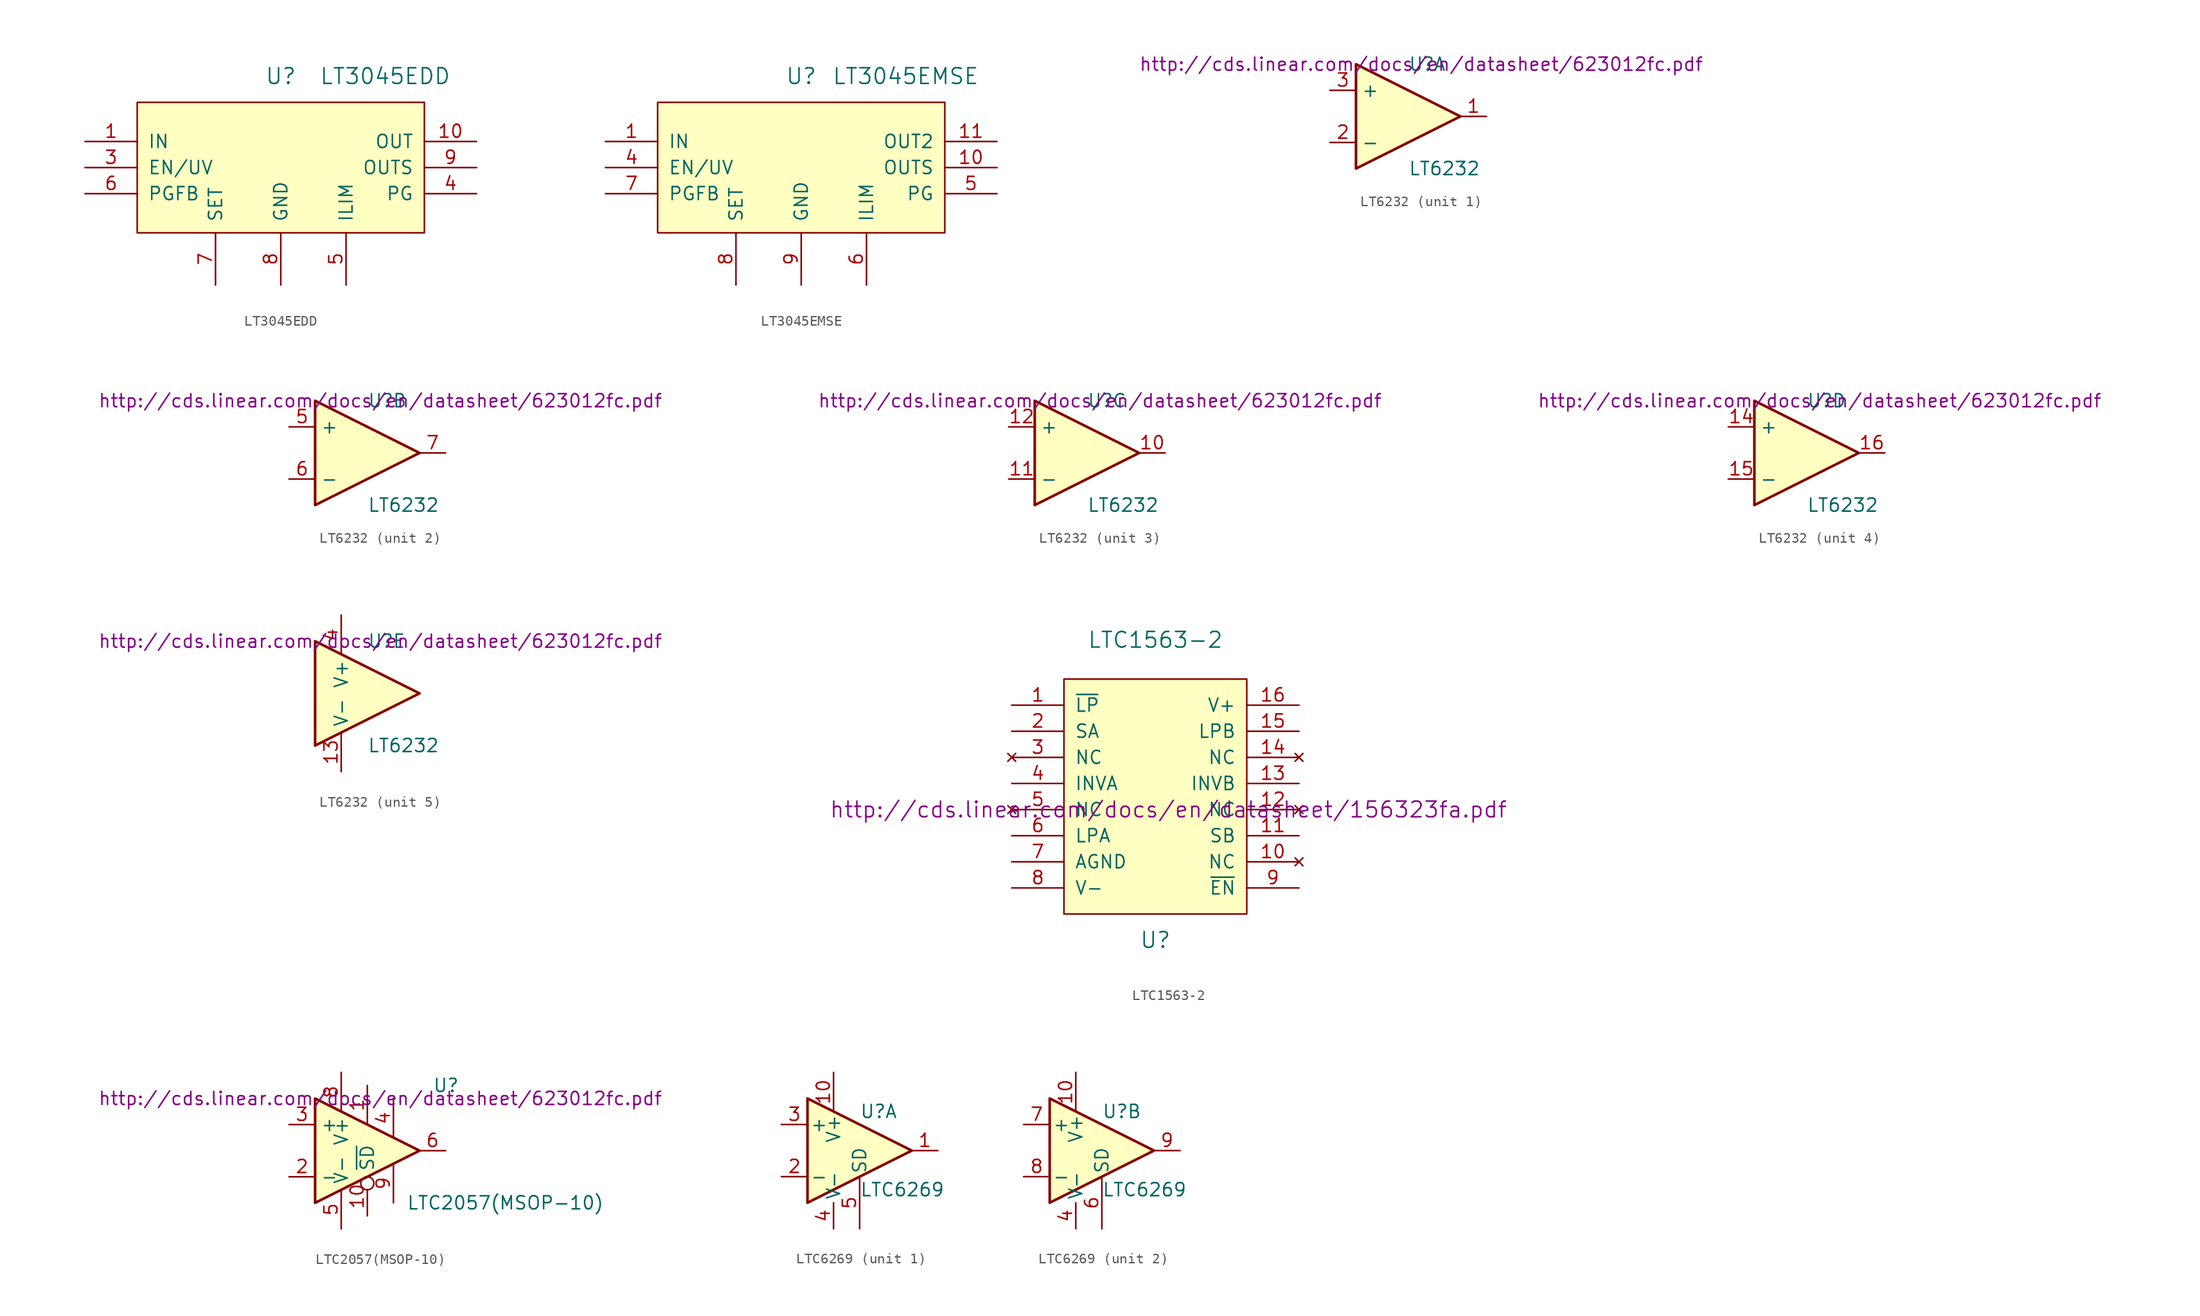
<source format=kicad_sym>
(kicad_symbol_lib
  (version 20220914)
  (generator kicad_symbol_editor)
  (symbol "LT3045EDD"
    (pin_names
      (offset 1.016))
    (property "Reference" "U"
      (at 0 8.89 0)
      (effects (font (size 1.524 1.524))))
    (property "Value" "LT3045EDD"
      (at 10.16 8.89 0)
      (effects (font (size 1.524 1.524))))
    (symbol "LT3045EDD_0_1"
      (rectangle (start -13.97 6.35) (end 13.97 -6.35) (stroke (width 0) (type solid)) (fill (type background))))
    (symbol "LT3045EDD_1_1"
      (pin power_in line (at -19.05 2.54 0) (length 5.08) (name "IN" (effects (font (size 1.27 1.27)))) (number "1" (effects (font (size 1.27 1.27)))))
      (pin power_out line (at 19.05 2.54 180) (length 5.08) (name "OUT" (effects (font (size 1.27 1.27)))) (number "10" (effects (font (size 1.27 1.27)))))
      (pin passive line (at 0 -11.43 90) (length 5.08) hide (name "PAD" (effects (font (size 1.27 1.27)))) (number "11" (effects (font (size 1.27 1.27)))))
      (pin power_in line (at -19.05 2.54 0) (length 5.08) hide (name "IN2" (effects (font (size 1.27 1.27)))) (number "2" (effects (font (size 1.27 1.27)))))
      (pin input line (at -19.05 0 0) (length 5.08) (name "EN/UV" (effects (font (size 1.27 1.27)))) (number "3" (effects (font (size 1.27 1.27)))))
      (pin output line (at 19.05 -2.54 180) (length 5.08) (name "PG" (effects (font (size 1.27 1.27)))) (number "4" (effects (font (size 1.27 1.27)))))
      (pin input line (at 6.35 -11.43 90) (length 5.08) (name "ILIM" (effects (font (size 1.27 1.27)))) (number "5" (effects (font (size 1.27 1.27)))))
      (pin input line (at -19.05 -2.54 0) (length 5.08) (name "PGFB" (effects (font (size 1.27 1.27)))) (number "6" (effects (font (size 1.27 1.27)))))
      (pin input line (at -6.35 -11.43 90) (length 5.08) (name "SET" (effects (font (size 1.27 1.27)))) (number "7" (effects (font (size 1.27 1.27)))))
      (pin power_in line (at 0 -11.43 90) (length 5.08) (name "GND" (effects (font (size 1.27 1.27)))) (number "8" (effects (font (size 1.27 1.27)))))
      (pin input line (at 19.05 0 180) (length 5.08) (name "OUTS" (effects (font (size 1.27 1.27)))) (number "9" (effects (font (size 1.27 1.27)))))))
  (symbol "LT3045EMSE"
    (pin_names
      (offset 1.016))
    (property "Reference" "U"
      (at 0 8.89 0)
      (effects (font (size 1.524 1.524))))
    (property "Value" "LT3045EMSE"
      (at 10.16 8.89 0)
      (effects (font (size 1.524 1.524))))
    (symbol "LT3045EMSE_0_1"
      (rectangle (start -13.97 6.35) (end 13.97 -6.35) (stroke (width 0) (type solid)) (fill (type background))))
    (symbol "LT3045EMSE_1_1"
      (pin power_in line (at -19.05 2.54 0) (length 5.08) (name "IN" (effects (font (size 1.27 1.27)))) (number "1" (effects (font (size 1.27 1.27)))))
      (pin input line (at 19.05 0 180) (length 5.08) (name "OUTS" (effects (font (size 1.27 1.27)))) (number "10" (effects (font (size 1.27 1.27)))))
      (pin power_out line (at 19.05 2.54 180) (length 5.08) (name "OUT2" (effects (font (size 1.27 1.27)))) (number "11" (effects (font (size 1.27 1.27)))))
      (pin passive line (at 19.05 2.54 180) (length 5.08) hide (name "OUT2" (effects (font (size 1.27 1.27)))) (number "12" (effects (font (size 1.27 1.27)))))
      (pin power_in line (at 0 -11.43 90) (length 5.08) hide (name "PAD" (effects (font (size 1.27 1.27)))) (number "13" (effects (font (size 1.27 1.27)))))
      (pin power_in line (at -19.05 2.54 0) (length 5.08) hide (name "IN2" (effects (font (size 1.27 1.27)))) (number "2" (effects (font (size 1.27 1.27)))))
      (pin power_in line (at -19.05 2.54 0) (length 5.08) hide (name "IN3" (effects (font (size 1.27 1.27)))) (number "3" (effects (font (size 1.27 1.27)))))
      (pin input line (at -19.05 0 0) (length 5.08) (name "EN/UV" (effects (font (size 1.27 1.27)))) (number "4" (effects (font (size 1.27 1.27)))))
      (pin output line (at 19.05 -2.54 180) (length 5.08) (name "PG" (effects (font (size 1.27 1.27)))) (number "5" (effects (font (size 1.27 1.27)))))
      (pin input line (at 6.35 -11.43 90) (length 5.08) (name "ILIM" (effects (font (size 1.27 1.27)))) (number "6" (effects (font (size 1.27 1.27)))))
      (pin input line (at -19.05 -2.54 0) (length 5.08) (name "PGFB" (effects (font (size 1.27 1.27)))) (number "7" (effects (font (size 1.27 1.27)))))
      (pin input line (at -6.35 -11.43 90) (length 5.08) (name "SET" (effects (font (size 1.27 1.27)))) (number "8" (effects (font (size 1.27 1.27)))))
      (pin power_in line (at 0 -11.43 90) (length 5.08) (name "GND" (effects (font (size 1.27 1.27)))) (number "9" (effects (font (size 1.27 1.27)))))))
  (symbol "LT6232"
    (property "Reference" "U"
      (at 0 5.08 0)
      (effects (font (size 1.27 1.27)) (justify left)))
    (property "Value" "LT6232"
      (at 0 -5.08 0)
      (effects (font (size 1.27 1.27)) (justify left)))
    (property "Footprint" ""
      (at -1.27 2.54 0)
      (effects (font (size 1.27 1.27))))
    (property "Datasheet" "http://cds.linear.com/docs/en/datasheet/623012fc.pdf"
      (at 1.27 5.08 0)
      (effects (font (size 1.27 1.27))))
    (property "ki_locked" ""
      (at 0 0 0)
      (effects (font (size 1.27 1.27))))
    (symbol "LT6232_0_1"
      (polyline (pts (xy -5.08 5.08) (xy 5.08 0) (xy -5.08 -5.08) (xy -5.08 5.08)) (stroke (width 0.254) (type solid)) (fill (type background))))
    (symbol "LT6232_1_1"
      (pin output line (at 7.62 0 180) (length 2.54) (name "~" (effects (font (size 1.27 1.27)))) (number "1" (effects (font (size 1.27 1.27)))))
      (pin input line (at -7.62 -2.54 0) (length 2.54) (name "-" (effects (font (size 1.27 1.27)))) (number "2" (effects (font (size 1.27 1.27)))))
      (pin input line (at -7.62 2.54 0) (length 2.54) (name "+" (effects (font (size 1.27 1.27)))) (number "3" (effects (font (size 1.27 1.27))))))
    (symbol "LT6232_2_1"
      (pin input line (at -7.62 2.54 0) (length 2.54) (name "+" (effects (font (size 1.27 1.27)))) (number "5" (effects (font (size 1.27 1.27)))))
      (pin input line (at -7.62 -2.54 0) (length 2.54) (name "-" (effects (font (size 1.27 1.27)))) (number "6" (effects (font (size 1.27 1.27)))))
      (pin output line (at 7.62 0 180) (length 2.54) (name "~" (effects (font (size 1.27 1.27)))) (number "7" (effects (font (size 1.27 1.27))))))
    (symbol "LT6232_3_1"
      (pin output line (at 7.62 0 180) (length 2.54) (name "~" (effects (font (size 1.27 1.27)))) (number "10" (effects (font (size 1.27 1.27)))))
      (pin input line (at -7.62 -2.54 0) (length 2.54) (name "-" (effects (font (size 1.27 1.27)))) (number "11" (effects (font (size 1.27 1.27)))))
      (pin input line (at -7.62 2.54 0) (length 2.54) (name "+" (effects (font (size 1.27 1.27)))) (number "12" (effects (font (size 1.27 1.27))))))
    (symbol "LT6232_4_1"
      (pin input line (at -7.62 2.54 0) (length 2.54) (name "+" (effects (font (size 1.27 1.27)))) (number "14" (effects (font (size 1.27 1.27)))))
      (pin input line (at -7.62 -2.54 0) (length 2.54) (name "-" (effects (font (size 1.27 1.27)))) (number "15" (effects (font (size 1.27 1.27)))))
      (pin output line (at 7.62 0 180) (length 2.54) (name "~" (effects (font (size 1.27 1.27)))) (number "16" (effects (font (size 1.27 1.27))))))
    (symbol "LT6232_5_1"
      (pin power_in line (at -2.54 -7.62 90) (length 3.81) (name "V-" (effects (font (size 1.27 1.27)))) (number "13" (effects (font (size 1.27 1.27)))))
      (pin power_in line (at -2.54 7.62 270) (length 3.81) (name "V+" (effects (font (size 1.27 1.27)))) (number "4" (effects (font (size 1.27 1.27)))))
      (pin no_connect line (at 0 -6.35 90) (length 3.81) hide (name "~" (effects (font (size 1.27 1.27)))) (number "8" (effects (font (size 1.27 1.27)))))
      (pin no_connect line (at 0 6.35 270) (length 3.81) hide (name "~" (effects (font (size 1.27 1.27)))) (number "9" (effects (font (size 1.27 1.27)))))))
  (symbol "LTC1563-2"
    (pin_names
      (offset 1.016))
    (property "Reference" "U"
      (at 0 -13.97 0)
      (effects (font (size 1.524 1.524))))
    (property "Value" "LTC1563-2"
      (at 0 15.24 0)
      (effects (font (size 1.524 1.524))))
    (property "Footprint" ""
      (at 1.27 -1.27 0)
      (effects (font (size 1.524 1.524))))
    (property "Datasheet" "http://cds.linear.com/docs/en/datasheet/156323fa.pdf"
      (at 1.27 -1.27 0)
      (effects (font (size 1.524 1.524))))
    (symbol "LTC1563-2_0_1"
      (rectangle (start -8.89 11.43) (end 8.89 -11.43) (stroke (width 0) (type solid)) (fill (type background)))
      (pin input line (at -13.97 1.27 0) (length 5.08) (name "INVA" (effects (font (size 1.27 1.27)))) (number "4" (effects (font (size 1.27 1.27)))))
      (pin no_connect line (at -13.97 -1.27 0) (length 5.08) (name "NC" (effects (font (size 1.27 1.27)))) (number "5" (effects (font (size 1.27 1.27))))))
    (symbol "LTC1563-2_1_1"
      (pin input line (at -13.97 8.89 0) (length 5.08) (name "~{LP}" (effects (font (size 1.27 1.27)))) (number "1" (effects (font (size 1.27 1.27)))))
      (pin no_connect line (at 13.97 -6.35 180) (length 5.08) (name "NC" (effects (font (size 1.27 1.27)))) (number "10" (effects (font (size 1.27 1.27)))))
      (pin input line (at 13.97 -3.81 180) (length 5.08) (name "SB" (effects (font (size 1.27 1.27)))) (number "11" (effects (font (size 1.27 1.27)))))
      (pin no_connect line (at 13.97 -1.27 180) (length 5.08) (name "NC" (effects (font (size 1.27 1.27)))) (number "12" (effects (font (size 1.27 1.27)))))
      (pin input line (at 13.97 1.27 180) (length 5.08) (name "INVB" (effects (font (size 1.27 1.27)))) (number "13" (effects (font (size 1.27 1.27)))))
      (pin no_connect line (at 13.97 3.81 180) (length 5.08) (name "NC" (effects (font (size 1.27 1.27)))) (number "14" (effects (font (size 1.27 1.27)))))
      (pin output line (at 13.97 6.35 180) (length 5.08) (name "LPB" (effects (font (size 1.27 1.27)))) (number "15" (effects (font (size 1.27 1.27)))))
      (pin power_in line (at 13.97 8.89 180) (length 5.08) (name "V+" (effects (font (size 1.27 1.27)))) (number "16" (effects (font (size 1.27 1.27)))))
      (pin input line (at -13.97 6.35 0) (length 5.08) (name "SA" (effects (font (size 1.27 1.27)))) (number "2" (effects (font (size 1.27 1.27)))))
      (pin no_connect line (at -13.97 3.81 0) (length 5.08) (name "NC" (effects (font (size 1.27 1.27)))) (number "3" (effects (font (size 1.27 1.27)))))
      (pin output line (at -13.97 -3.81 0) (length 5.08) (name "LPA" (effects (font (size 1.27 1.27)))) (number "6" (effects (font (size 1.27 1.27)))))
      (pin input line (at -13.97 -6.35 0) (length 5.08) (name "AGND" (effects (font (size 1.27 1.27)))) (number "7" (effects (font (size 1.27 1.27)))))
      (pin power_in line (at -13.97 -8.89 0) (length 5.08) (name "V-" (effects (font (size 1.27 1.27)))) (number "8" (effects (font (size 1.27 1.27)))))
      (pin input line (at 13.97 -8.89 180) (length 5.08) (name "~{EN}" (effects (font (size 1.27 1.27)))) (number "9" (effects (font (size 1.27 1.27)))))))
  (symbol "LTC2057(MSOP-10)"
    (property "Reference" "U"
      (at 6.35 6.35 0)
      (effects (font (size 1.27 1.27)) (justify left)))
    (property "Value" "LTC2057(MSOP-10)"
      (at 3.81 -5.08 0)
      (effects (font (size 1.27 1.27)) (justify left)))
    (property "Datasheet" "http://cds.linear.com/docs/en/datasheet/623012fc.pdf"
      (at 1.27 5.08 0)
      (effects (font (size 1.27 1.27))))
    (symbol "LTC2057(MSOP-10)_0_1"
      (polyline (pts (xy -5.08 5.08) (xy 5.08 0) (xy -5.08 -5.08) (xy -5.08 5.08)) (stroke (width 0.254) (type solid)) (fill (type background)))
      (pin input line (at 0 6.35 270) (length 3.81) (name "~" (effects (font (size 1.27 1.27)))) (number "1" (effects (font (size 1.27 1.27)))))
      (pin input inverted (at 0 -6.35 90) (length 3.81) (name "~{SD}" (effects (font (size 1.27 1.27)))) (number "10" (effects (font (size 1.27 1.27)))))
      (pin input line (at 2.54 5.08 270) (length 3.81) (name "~" (effects (font (size 1.27 1.27)))) (number "4" (effects (font (size 1.27 1.27)))))
      (pin power_in line (at -2.54 -7.62 90) (length 3.81) (name "V-" (effects (font (size 1.27 1.27)))) (number "5" (effects (font (size 1.27 1.27)))))
      (pin power_in line (at -2.54 7.62 270) (length 3.81) (name "V+" (effects (font (size 1.27 1.27)))) (number "8" (effects (font (size 1.27 1.27)))))
      (pin input line (at 2.54 -5.08 90) (length 3.81) (name "~" (effects (font (size 1.27 1.27)))) (number "9" (effects (font (size 1.27 1.27))))))
    (symbol "LTC2057(MSOP-10)_1_1"
      (pin input line (at -7.62 -2.54 0) (length 2.54) (name "-" (effects (font (size 1.27 1.27)))) (number "2" (effects (font (size 1.27 1.27)))))
      (pin input line (at -7.62 2.54 0) (length 2.54) (name "+" (effects (font (size 1.27 1.27)))) (number "3" (effects (font (size 1.27 1.27)))))
      (pin output line (at 7.62 0 180) (length 2.54) (name "~" (effects (font (size 1.27 1.27)))) (number "6" (effects (font (size 1.27 1.27)))))))
  (symbol "LTC6269"
    (pin_names
      (offset 0.254))
    (property "Reference" "U"
      (at 0 3.81 0)
      (effects (font (size 1.27 1.27)) (justify left)))
    (property "Value" "LTC6269"
      (at 0 -3.81 0)
      (effects (font (size 1.27 1.27)) (justify left)))
    (symbol "LTC6269_0_1"
      (polyline (pts (xy -5.08 5.08) (xy 5.08 0) (xy -5.08 -5.08) (xy -5.08 5.08)) (stroke (width 0.254) (type solid)) (fill (type background)))
      (pin power_in line (at -2.54 7.62 270) (length 3.81) (name "V+" (effects (font (size 1.27 1.27)))) (number "10" (effects (font (size 1.27 1.27)))))
      (pin output line (at -2.54 -7.62 90) (length 2.54) (name "V-" (effects (font (size 1.27 1.27)))) (number "4" (effects (font (size 1.27 1.27))))))
    (symbol "LTC6269_1_1"
      (pin output line (at 7.62 0 180) (length 2.54) (name "~" (effects (font (size 1.27 1.27)))) (number "1" (effects (font (size 1.27 1.27)))))
      (pin output line (at -2.54 -7.62 90) (length 2.54) hide (name "V-" (effects (font (size 1.27 1.27)))) (number "11" (effects (font (size 1.27 1.27)))))
      (pin input line (at -7.62 -2.54 0) (length 2.54) (name "-" (effects (font (size 1.27 1.27)))) (number "2" (effects (font (size 1.27 1.27)))))
      (pin input line (at -7.62 2.54 0) (length 2.54) (name "+" (effects (font (size 1.27 1.27)))) (number "3" (effects (font (size 1.27 1.27)))))
      (pin input line (at 0 -7.62 90) (length 5.08) (name "SD" (effects (font (size 1.27 1.27)))) (number "5" (effects (font (size 1.27 1.27))))))
    (symbol "LTC6269_2_1"
      (pin output line (at -2.54 -7.62 90) (length 2.54) hide (name "V-" (effects (font (size 1.27 1.27)))) (number "11" (effects (font (size 1.27 1.27)))))
      (pin input line (at 0 -7.62 90) (length 5.08) (name "SD" (effects (font (size 1.27 1.27)))) (number "6" (effects (font (size 1.27 1.27)))))
      (pin input line (at -7.62 2.54 0) (length 2.54) (name "+" (effects (font (size 1.27 1.27)))) (number "7" (effects (font (size 1.27 1.27)))))
      (pin input line (at -7.62 -2.54 0) (length 2.54) (name "-" (effects (font (size 1.27 1.27)))) (number "8" (effects (font (size 1.27 1.27)))))
      (pin output line (at 7.62 0 180) (length 2.54) (name "~" (effects (font (size 1.27 1.27)))) (number "9" (effects (font (size 1.27 1.27))))))))
</source>
